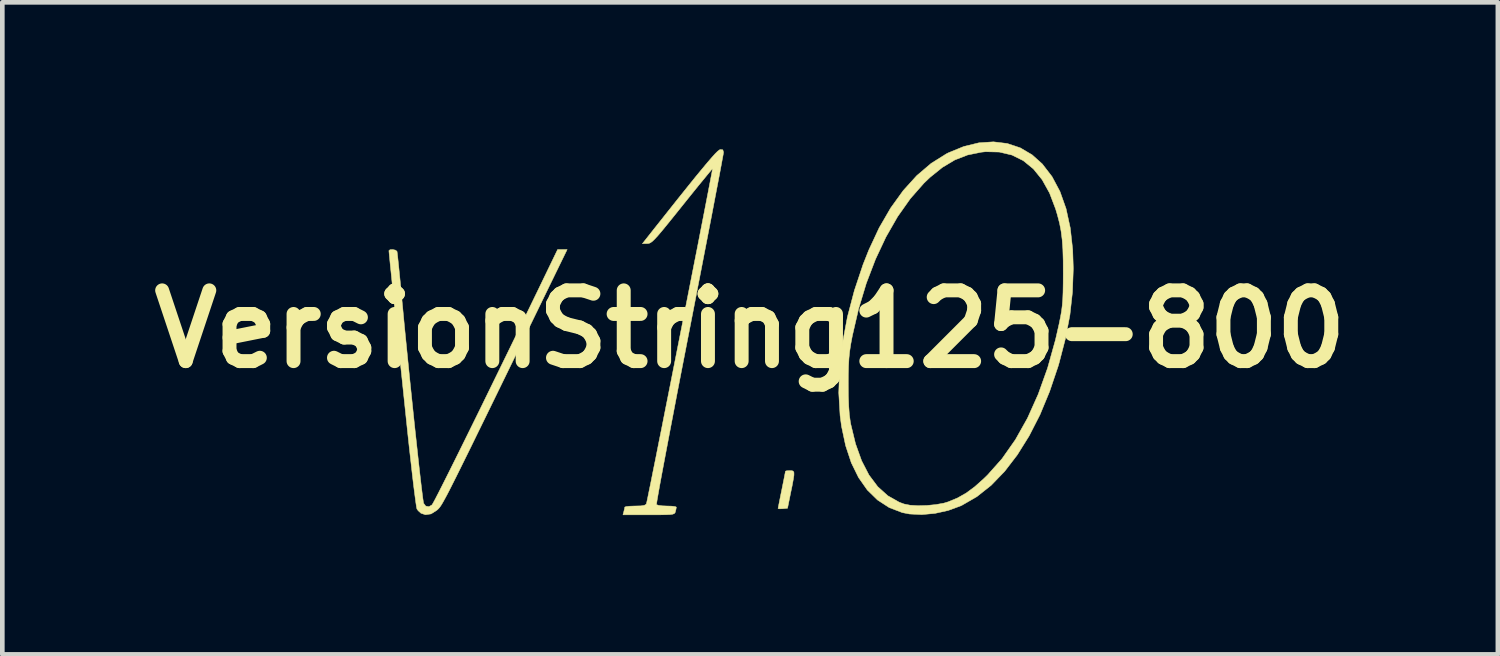
<source format=kicad_pcb>
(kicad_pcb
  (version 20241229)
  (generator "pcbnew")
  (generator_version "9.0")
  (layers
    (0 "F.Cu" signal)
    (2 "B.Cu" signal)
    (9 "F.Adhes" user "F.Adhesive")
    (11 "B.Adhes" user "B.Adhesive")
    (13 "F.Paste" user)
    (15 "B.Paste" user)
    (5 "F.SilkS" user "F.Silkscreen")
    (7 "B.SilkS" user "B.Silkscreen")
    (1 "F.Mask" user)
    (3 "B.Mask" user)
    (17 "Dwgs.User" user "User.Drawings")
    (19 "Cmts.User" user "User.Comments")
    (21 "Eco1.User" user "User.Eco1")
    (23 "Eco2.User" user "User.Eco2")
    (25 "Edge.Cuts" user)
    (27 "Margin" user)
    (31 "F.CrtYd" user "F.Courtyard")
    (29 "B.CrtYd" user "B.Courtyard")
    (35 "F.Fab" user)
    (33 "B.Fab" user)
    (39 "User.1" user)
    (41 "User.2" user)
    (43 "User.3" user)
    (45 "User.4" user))
  (footprint "VersionString125-800"
    (layer "F.Cu")
    (at 13.106 4.039)
    (property "Reference" "VersionString125-800" (at 0 0 0) (layer "F.SilkS") (effects (font (size 1.524 1.524) (thickness 0.3))))
    (attr through_hole)
    (fp_poly (pts (xy 0.901 3.049) (xy 0.93 3.06) (xy 0.945 3.089) (xy 0.945 3.145) (xy 0.931 3.239) (xy 0.905 3.379) (xy 0.878 3.508) (xy 0.807 3.858) (xy 0.705 3.868) (xy 0.636 3.871) (xy 0.604 3.865) (xy 0.603 3.864) (xy 0.609 3.83) (xy 0.626 3.745) (xy 0.65 3.623) (xy 0.68 3.476) (xy 0.683 3.461) (xy 0.713 3.312) (xy 0.738 3.187) (xy 0.755 3.099) (xy 0.762 3.06) (xy 0.762 3.06) (xy 0.79 3.051) (xy 0.856 3.048) (xy 0.857 3.048) (xy 0.901 3.049)) (stroke (width 0.01) (type solid)) (fill yes) (layer "F.SilkS"))
    (fp_poly (pts (xy -4.043 -1.714) (xy -3.94 -1.714) (xy -4.3 -0.976) (xy -4.597 -0.366) (xy -4.868 0.191) (xy -5.113 0.695) (xy -5.335 1.15) (xy -5.534 1.558) (xy -5.712 1.923) (xy -5.87 2.245) (xy -6.009 2.53) (xy -6.131 2.777) (xy -6.237 2.992) (xy -6.328 3.175) (xy -6.406 3.33) (xy -6.471 3.459) (xy -6.526 3.565) (xy -6.572 3.65) (xy -6.609 3.717) (xy -6.639 3.769) (xy -6.664 3.808) (xy -6.685 3.837) (xy -6.703 3.859) (xy -6.719 3.876) (xy -6.734 3.89) (xy -6.747 3.901) (xy -6.871 3.98) (xy -6.992 3.998) (xy -7.088 3.966) (xy -7.149 3.911) (xy -7.176 3.873) (xy -7.185 3.831) (xy -7.2 3.731) (xy -7.22 3.581) (xy -7.245 3.386) (xy -7.273 3.152) (xy -7.303 2.886) (xy -7.336 2.593) (xy -7.37 2.281) (xy -7.382 2.168) (xy -7.42 1.805) (xy -7.459 1.434) (xy -7.498 1.06) (xy -7.537 0.688) (xy -7.575 0.324) (xy -7.611 -0.026) (xy -7.645 -0.357) (xy -7.677 -0.664) (xy -7.705 -0.941) (xy -7.729 -1.183) (xy -7.75 -1.384) (xy -7.765 -1.539) (xy -7.775 -1.643) (xy -7.779 -1.689) (xy -7.779 -1.69) (xy -7.754 -1.711) (xy -7.697 -1.714) (xy -7.638 -1.701) (xy -7.605 -1.675) (xy -7.599 -1.634) (xy -7.588 -1.538) (xy -7.573 -1.396) (xy -7.555 -1.216) (xy -7.534 -1.007) (xy -7.512 -0.777) (xy -7.51 -0.746) (xy -7.477 -0.406) (xy -7.443 -0.047) (xy -7.406 0.324) (xy -7.368 0.702) (xy -7.33 1.082) (xy -7.291 1.457) (xy -7.253 1.823) (xy -7.216 2.173) (xy -7.18 2.502) (xy -7.147 2.805) (xy -7.117 3.076) (xy -7.09 3.309) (xy -7.067 3.499) (xy -7.049 3.641) (xy -7.036 3.728) (xy -7.031 3.752) (xy -6.986 3.812) (xy -6.917 3.824) (xy -6.853 3.787) (xy -6.829 3.749) (xy -6.779 3.656) (xy -6.704 3.511) (xy -6.606 3.317) (xy -6.486 3.078) (xy -6.345 2.795) (xy -6.185 2.472) (xy -6.007 2.111) (xy -5.812 1.715) (xy -5.603 1.287) (xy -5.38 0.831) (xy -5.144 0.347) (xy -4.898 -0.159) (xy -4.642 -0.687) (xy -4.571 -0.833) (xy -4.145 -1.715) (xy -4.043 -1.714)) (stroke (width 0.01) (type solid)) (fill yes) (layer "F.SilkS"))
    (fp_poly (pts (xy -0.587 -3.862) (xy -0.572 -3.812) (xy -0.572 -3.811) (xy -0.577 -3.771) (xy -0.595 -3.674) (xy -0.623 -3.522) (xy -0.661 -3.319) (xy -0.709 -3.069) (xy -0.765 -2.777) (xy -0.828 -2.445) (xy -0.899 -2.079) (xy -0.976 -1.682) (xy -1.058 -1.257) (xy -1.145 -0.809) (xy -1.236 -0.341) (xy -1.303 0.003) (xy -1.396 0.481) (xy -1.486 0.942) (xy -1.571 1.382) (xy -1.65 1.797) (xy -1.724 2.183) (xy -1.791 2.537) (xy -1.851 2.854) (xy -1.903 3.131) (xy -1.946 3.364) (xy -1.979 3.549) (xy -2.002 3.682) (xy -2.014 3.76) (xy -2.016 3.779) (xy -1.976 3.795) (xy -1.892 3.806) (xy -1.792 3.81) (xy -1.688 3.813) (xy -1.614 3.822) (xy -1.588 3.834) (xy -1.596 3.881) (xy -1.608 3.929) (xy -1.616 3.955) (xy -1.633 3.973) (xy -1.666 3.986) (xy -1.724 3.994) (xy -1.818 3.998) (xy -1.955 4) (xy -2.146 4) (xy -2.182 4) (xy -2.738 4) (xy -2.719 3.929) (xy -2.703 3.863) (xy -2.699 3.834) (xy -2.67 3.822) (xy -2.593 3.814) (xy -2.485 3.81) (xy -2.476 3.81) (xy -2.351 3.807) (xy -2.277 3.795) (xy -2.24 3.773) (xy -2.233 3.759) (xy -2.224 3.722) (xy -2.204 3.627) (xy -2.174 3.48) (xy -2.134 3.285) (xy -2.087 3.048) (xy -2.031 2.772) (xy -1.97 2.463) (xy -1.902 2.125) (xy -1.831 1.764) (xy -1.755 1.383) (xy -1.677 0.988) (xy -1.597 0.583) (xy -1.516 0.173) (xy -1.435 -0.237) (xy -1.355 -0.642) (xy -1.277 -1.039) (xy -1.202 -1.421) (xy -1.13 -1.785) (xy -1.064 -2.125) (xy -1.003 -2.437) (xy -0.949 -2.716) (xy -0.902 -2.958) (xy -0.864 -3.157) (xy -0.835 -3.309) (xy -0.816 -3.409) (xy -0.809 -3.452) (xy -0.809 -3.454) (xy -0.83 -3.432) (xy -0.886 -3.366) (xy -0.971 -3.262) (xy -1.083 -3.126) (xy -1.215 -2.963) (xy -1.363 -2.779) (xy -1.464 -2.653) (xy -1.642 -2.431) (xy -1.786 -2.253) (xy -1.899 -2.115) (xy -1.987 -2.012) (xy -2.054 -1.939) (xy -2.105 -1.89) (xy -2.145 -1.861) (xy -2.178 -1.847) (xy -2.208 -1.843) (xy -2.215 -1.843) (xy -2.319 -1.841) (xy -2.049 -2.183) (xy -1.777 -2.526) (xy -1.542 -2.822) (xy -1.34 -3.074) (xy -1.17 -3.285) (xy -1.028 -3.457) (xy -0.913 -3.595) (xy -0.821 -3.701) (xy -0.751 -3.779) (xy -0.699 -3.83) (xy -0.662 -3.859) (xy -0.642 -3.868) (xy -0.587 -3.862)) (stroke (width 0.01) (type solid)) (fill yes) (layer "F.SilkS"))
    (fp_poly (pts (xy 5.54 -3.998) (xy 5.819 -3.905) (xy 6.074 -3.755) (xy 6.294 -3.558) (xy 6.504 -3.285) (xy 6.675 -2.964) (xy 6.806 -2.595) (xy 6.897 -2.177) (xy 6.949 -1.71) (xy 6.962 -1.302) (xy 6.944 -0.799) (xy 6.889 -0.304) (xy 6.794 0.198) (xy 6.657 0.725) (xy 6.636 0.798) (xy 6.452 1.343) (xy 6.244 1.845) (xy 6.011 2.3) (xy 5.757 2.707) (xy 5.484 3.063) (xy 5.192 3.365) (xy 4.884 3.609) (xy 4.562 3.795) (xy 4.534 3.808) (xy 4.267 3.906) (xy 3.982 3.969) (xy 3.698 3.995) (xy 3.433 3.982) (xy 3.279 3.952) (xy 2.997 3.844) (xy 2.746 3.681) (xy 2.525 3.465) (xy 2.336 3.196) (xy 2.18 2.878) (xy 2.058 2.51) (xy 1.97 2.095) (xy 1.939 1.864) (xy 1.91 1.371) (xy 1.917 1.175) (xy 2.115 1.175) (xy 2.117 1.442) (xy 2.125 1.658) (xy 2.138 1.837) (xy 2.159 1.993) (xy 2.169 2.048) (xy 2.271 2.469) (xy 2.402 2.834) (xy 2.561 3.142) (xy 2.75 3.394) (xy 2.968 3.59) (xy 3.214 3.729) (xy 3.317 3.767) (xy 3.448 3.793) (xy 3.619 3.803) (xy 3.811 3.798) (xy 4.003 3.779) (xy 4.175 3.748) (xy 4.268 3.72) (xy 4.47 3.636) (xy 4.656 3.53) (xy 4.84 3.394) (xy 5.038 3.217) (xy 5.114 3.143) (xy 5.428 2.79) (xy 5.715 2.381) (xy 5.975 1.918) (xy 6.206 1.403) (xy 6.408 0.839) (xy 6.579 0.227) (xy 6.656 -0.111) (xy 6.686 -0.26) (xy 6.709 -0.388) (xy 6.724 -0.511) (xy 6.735 -0.643) (xy 6.741 -0.798) (xy 6.744 -0.99) (xy 6.745 -1.191) (xy 6.744 -1.481) (xy 6.737 -1.722) (xy 6.722 -1.927) (xy 6.699 -2.108) (xy 6.666 -2.281) (xy 6.62 -2.457) (xy 6.581 -2.588) (xy 6.451 -2.93) (xy 6.291 -3.218) (xy 6.102 -3.451) (xy 5.884 -3.629) (xy 5.639 -3.75) (xy 5.368 -3.814) (xy 5.071 -3.821) (xy 4.979 -3.811) (xy 4.685 -3.751) (xy 4.41 -3.644) (xy 4.144 -3.485) (xy 3.878 -3.271) (xy 3.746 -3.145) (xy 3.452 -2.811) (xy 3.178 -2.423) (xy 2.927 -1.985) (xy 2.701 -1.504) (xy 2.503 -0.986) (xy 2.337 -0.436) (xy 2.204 0.139) (xy 2.201 0.154) (xy 2.168 0.329) (xy 2.145 0.481) (xy 2.13 0.63) (xy 2.121 0.792) (xy 2.116 0.985) (xy 2.115 1.175) (xy 1.917 1.175) (xy 1.928 0.846) (xy 1.991 0.298) (xy 2.097 -0.264) (xy 2.246 -0.83) (xy 2.434 -1.393) (xy 2.557 -1.703) (xy 2.78 -2.181) (xy 3.028 -2.609) (xy 3.299 -2.985) (xy 3.59 -3.306) (xy 3.9 -3.57) (xy 4.227 -3.775) (xy 4.27 -3.797) (xy 4.604 -3.934) (xy 4.929 -4.013) (xy 5.243 -4.034) (xy 5.54 -3.998)) (stroke (width 0.01) (type solid)) (fill yes) (layer "F.SilkS")))
  (gr_rect
    (start -3 -3)
    (end 29.213 11.045)
    (stroke (width 0.1) (type default))
    (fill no)
    (layer "Edge.Cuts")))
</source>
